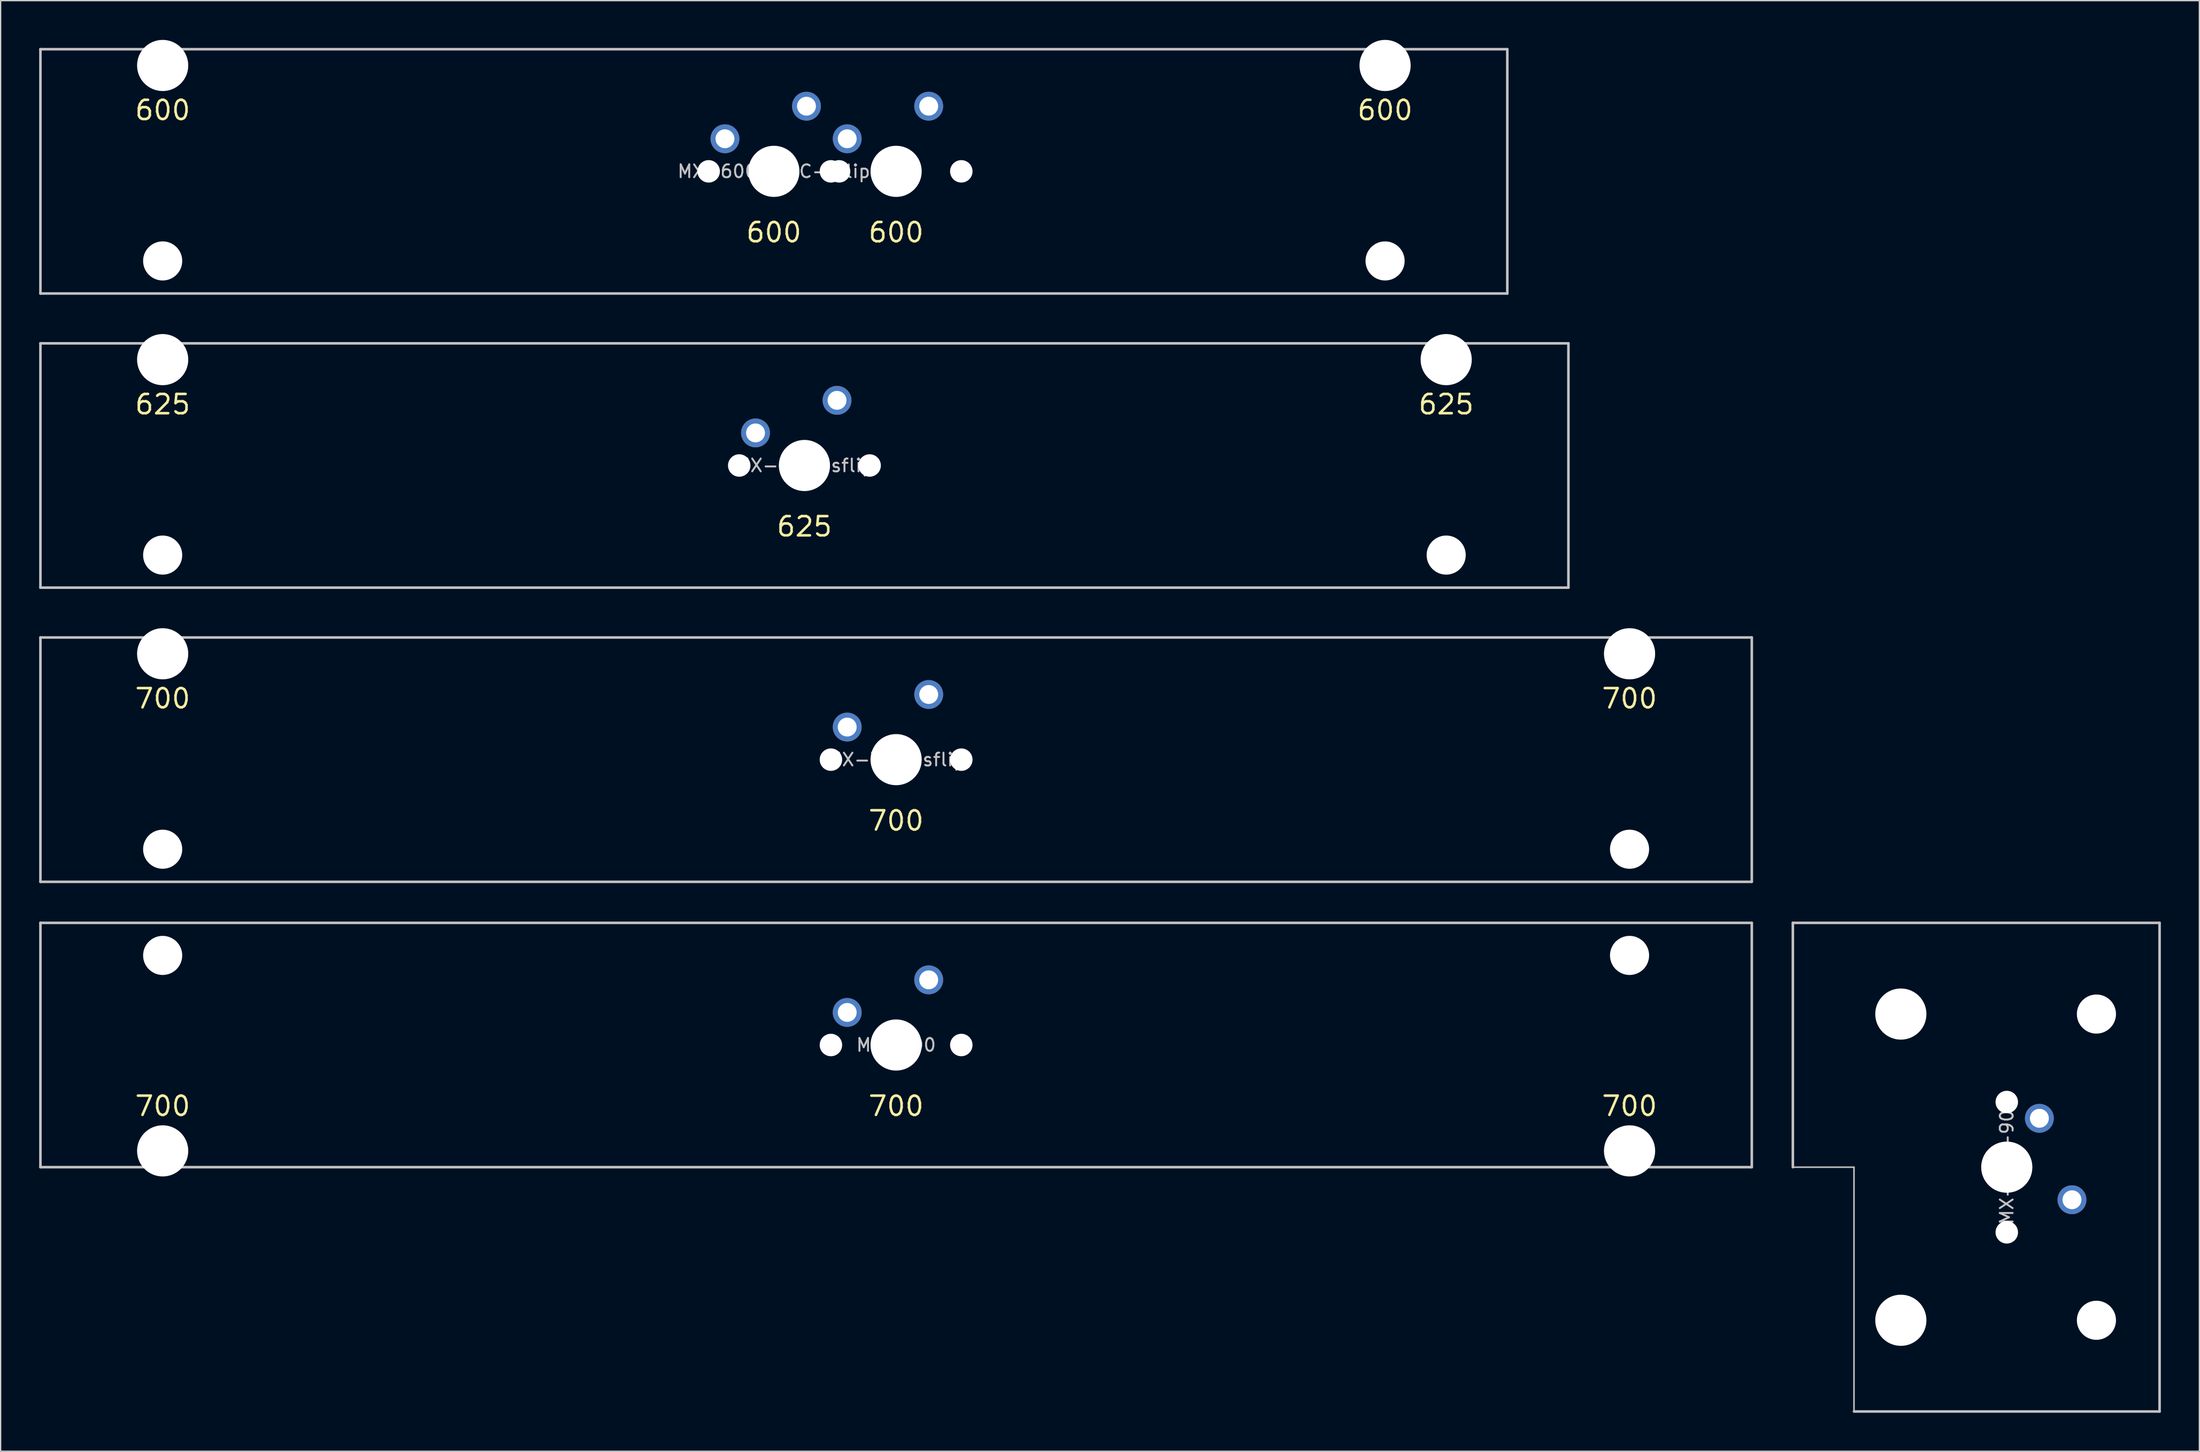
<source format=kicad_pcb>
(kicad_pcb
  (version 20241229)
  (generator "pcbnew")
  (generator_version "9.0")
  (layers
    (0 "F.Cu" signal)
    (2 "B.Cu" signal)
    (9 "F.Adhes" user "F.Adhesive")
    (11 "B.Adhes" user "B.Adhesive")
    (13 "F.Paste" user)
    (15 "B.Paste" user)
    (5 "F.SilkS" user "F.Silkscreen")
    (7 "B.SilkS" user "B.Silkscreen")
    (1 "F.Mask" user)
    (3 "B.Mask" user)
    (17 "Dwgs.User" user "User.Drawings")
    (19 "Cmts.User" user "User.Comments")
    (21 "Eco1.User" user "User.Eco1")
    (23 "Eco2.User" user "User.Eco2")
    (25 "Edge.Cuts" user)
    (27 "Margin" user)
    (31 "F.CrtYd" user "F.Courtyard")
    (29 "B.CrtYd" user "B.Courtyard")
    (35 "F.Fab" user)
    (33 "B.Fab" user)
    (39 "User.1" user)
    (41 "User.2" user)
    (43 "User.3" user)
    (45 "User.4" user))
  (footprint "MX-625-sflip"
    (layer "F.Cu")
    (at 59.631 33.245)
    (property "Reference" "MX-625-sflip" (at 0 0 0) (layer "Dwgs.User") (effects (font (size 1 1) (thickness 0.15))))
    (attr through_hole)
    (fp_line (start -59.531 -9.525) (end 59.531 -9.525) (stroke (width 0.2) (type solid)) (layer "Dwgs.User"))
    (fp_line (start -59.531 9.525) (end -59.531 -9.525) (stroke (width 0.2) (type solid)) (layer "Dwgs.User"))
    (fp_line (start -59.531 9.525) (end 59.531 9.525) (stroke (width 0.2) (type solid)) (layer "Dwgs.User"))
    (fp_line (start 59.531 -9.525) (end 59.531 9.525) (stroke (width 0.2) (type solid)) (layer "Dwgs.User"))
    (fp_line (start -53.436 -10.25) (end -53.436 8.95) (stroke (width 0.12) (type solid)) (layer "Eco1.User"))
    (fp_line (start -53.436 8.95) (end -46.576 8.95) (stroke (width 0.12) (type solid)) (layer "Eco1.User"))
    (fp_line (start -46.576 -7) (end -7 -7) (stroke (width 0.12) (type solid)) (layer "Eco1.User"))
    (fp_line (start -46.576 8.95) (end -46.576 -7) (stroke (width 0.12) (type solid)) (layer "Eco1.User"))
    (fp_line (start -7 7) (end -7 -7) (stroke (width 0.12) (type solid)) (layer "Eco1.User"))
    (fp_line (start 7 -7) (end 46.576 -7) (stroke (width 0.12) (type solid)) (layer "Eco1.User"))
    (fp_line (start 7 7) (end -7 7) (stroke (width 0.12) (type solid)) (layer "Eco1.User"))
    (fp_line (start 7 7) (end 7 -7) (stroke (width 0.12) (type solid)) (layer "Eco1.User"))
    (fp_line (start 46.576 -7) (end 46.576 8.95) (stroke (width 0.12) (type solid)) (layer "Eco1.User"))
    (fp_line (start 46.576 8.95) (end 53.436 8.95) (stroke (width 0.12) (type solid)) (layer "Eco1.User"))
    (fp_line (start 53.436 -10.25) (end -53.436 -10.25) (stroke (width 0.12) (type solid)) (layer "Eco1.User"))
    (fp_line (start 53.436 8.95) (end 53.436 -10.25) (stroke (width 0.12) (type solid)) (layer "Eco1.User"))
    (fp_circle (center -50.006 6.985) (end -52.506 6.985) (stroke (width 0.12) (type solid)) (fill no) (layer "Eco2.User"))
    (fp_circle (center 50.006 6.985) (end 47.506 6.985) (stroke (width 0.12) (type solid)) (fill no) (layer "Eco2.User"))
    (fp_text user "625" (at 0 4.763 0) (layer "F.SilkS") (effects (font (size 1.5 1.5) (thickness 0.2))))
    (fp_text user "625" (at 50.006 -4.763 0) (layer "F.SilkS") (effects (font (size 1.5 1.5) (thickness 0.2))))
    (fp_text user "625" (at -50.006 -4.763 0) (layer "F.SilkS") (effects (font (size 1.5 1.5) (thickness 0.2))))
    (pad "" np_thru_hole circle (at -50.006 -8.255 180) (size 3.988 3.988) (drill 3.988) (layers "*.Cu" "*.Mask"))
    (pad "" np_thru_hole circle (at -50.006 6.985 180) (size 3.048 3.048) (drill 3.048) (layers "*.Cu" "*.Mask"))
    (pad "" np_thru_hole circle (at -5.08 0) (size 1.75 1.75) (drill 1.75) (layers "*.Cu" "*.Mask"))
    (pad "" np_thru_hole circle (at 0 0) (size 3.988 3.988) (drill 3.988) (layers "*.Cu" "*.Mask"))
    (pad "" np_thru_hole circle (at 5.08 0) (size 1.75 1.75) (drill 1.75) (layers "*.Cu" "*.Mask"))
    (pad "" np_thru_hole circle (at 50.006 -8.255 180) (size 3.988 3.988) (drill 3.988) (layers "*.Cu" "*.Mask"))
    (pad "" np_thru_hole circle (at 50.006 6.985 180) (size 3.048 3.048) (drill 3.048) (layers "*.Cu" "*.Mask"))
    (pad "1" thru_hole circle (at 2.54 -5.08) (size 2.25 2.25) (drill 1.47) (layers "*.Cu" "B.Mask"))
    (pad "2" thru_hole circle (at -3.81 -2.54) (size 2.25 2.25) (drill 1.47) (layers "*.Cu" "B.Mask")))
  (footprint "MX-ISO-90"
    (layer "F.Cu")
    (at 153.319 87.955)
    (property "Reference" "MX-ISO-90" (at 0 0 270) (layer "Dwgs.User") (effects (font (size 1 1) (thickness 0.15))))
    (attr through_hole)
    (fp_line (start -16.669 0) (end -16.669 -19.05) (stroke (width 0.2) (type solid)) (layer "Dwgs.User"))
    (fp_line (start -11.906 0) (end -16.669 0) (stroke (width 0.12) (type solid)) (layer "Dwgs.User"))
    (fp_line (start -11.906 19.05) (end -11.906 0) (stroke (width 0.12) (type solid)) (layer "Dwgs.User"))
    (fp_line (start 11.906 -19.05) (end -16.669 -19.05) (stroke (width 0.2) (type solid)) (layer "Dwgs.User"))
    (fp_line (start 11.906 19.05) (end -11.906 19.05) (stroke (width 0.2) (type solid)) (layer "Dwgs.User"))
    (fp_line (start 11.906 19.05) (end 11.906 -19.05) (stroke (width 0.2) (type solid)) (layer "Dwgs.User"))
    (fp_line (start -10.25 -15.368) (end -10.25 15.368) (stroke (width 0.12) (type solid)) (layer "Eco1.User"))
    (fp_line (start -10.25 15.368) (end 8.95 15.368) (stroke (width 0.12) (type solid)) (layer "Eco1.User"))
    (fp_line (start -7 -8.508) (end 8.95 -8.508) (stroke (width 0.12) (type solid)) (layer "Eco1.User"))
    (fp_line (start -7 -7) (end -7 -8.508) (stroke (width 0.12) (type solid)) (layer "Eco1.User"))
    (fp_line (start -7 8.508) (end -7 7) (stroke (width 0.12) (type solid)) (layer "Eco1.User"))
    (fp_line (start 7 -7) (end -7 -7) (stroke (width 0.12) (type solid)) (layer "Eco1.User"))
    (fp_line (start 7 -7) (end 7 7) (stroke (width 0.12) (type solid)) (layer "Eco1.User"))
    (fp_line (start 7 7) (end -7 7) (stroke (width 0.12) (type solid)) (layer "Eco1.User"))
    (fp_line (start 8.95 -15.368) (end -10.25 -15.368) (stroke (width 0.12) (type solid)) (layer "Eco1.User"))
    (fp_line (start 8.95 -8.508) (end 8.95 -15.368) (stroke (width 0.12) (type solid)) (layer "Eco1.User"))
    (fp_line (start 8.95 8.508) (end -7 8.508) (stroke (width 0.12) (type solid)) (layer "Eco1.User"))
    (fp_line (start 8.95 15.368) (end 8.95 8.508) (stroke (width 0.12) (type solid)) (layer "Eco1.User"))
    (fp_circle (center 6.985 -11.938) (end 6.985 -9.438) (stroke (width 0.12) (type solid)) (fill no) (layer "Eco2.User"))
    (fp_circle (center 6.985 11.938) (end 6.985 14.438) (stroke (width 0.12) (type solid)) (fill no) (layer "Eco2.User"))
    (pad "" np_thru_hole circle (at -8.255 -11.938 270) (size 3.988 3.988) (drill 3.988) (layers "*.Cu" "*.Mask"))
    (pad "" np_thru_hole circle (at -8.255 11.938 270) (size 3.988 3.988) (drill 3.988) (layers "*.Cu" "*.Mask"))
    (pad "" np_thru_hole circle (at 0 -5.08 270) (size 1.75 1.75) (drill 1.75) (layers "*.Cu" "*.Mask"))
    (pad "" np_thru_hole circle (at 0 0 270) (size 3.988 3.988) (drill 3.988) (layers "*.Cu" "*.Mask"))
    (pad "" np_thru_hole circle (at 0 5.08 270) (size 1.75 1.75) (drill 1.75) (layers "*.Cu" "*.Mask"))
    (pad "" np_thru_hole circle (at 6.985 -11.938 270) (size 3.048 3.048) (drill 3.048) (layers "*.Cu" "*.Mask"))
    (pad "" np_thru_hole circle (at 6.985 11.938 270) (size 3.048 3.048) (drill 3.048) (layers "*.Cu" "*.Mask"))
    (pad "1" thru_hole circle (at 5.08 2.54 270) (size 2.25 2.25) (drill 1.47) (layers "*.Cu" "B.Mask"))
    (pad "2" thru_hole circle (at 2.54 -3.81 270) (size 2.25 2.25) (drill 1.47) (layers "*.Cu" "B.Mask")))
  (footprint "MX-700-sflip"
    (layer "F.Cu")
    (at 66.775 56.18)
    (property "Reference" "MX-700-sflip" (at 0 0 0) (layer "Dwgs.User") (effects (font (size 1 1) (thickness 0.15))))
    (attr through_hole)
    (fp_line (start -66.675 -9.525) (end 66.675 -9.525) (stroke (width 0.2) (type solid)) (layer "Dwgs.User"))
    (fp_line (start -66.675 9.525) (end -66.675 -9.525) (stroke (width 0.2) (type solid)) (layer "Dwgs.User"))
    (fp_line (start -66.675 9.525) (end 66.675 9.525) (stroke (width 0.2) (type solid)) (layer "Dwgs.User"))
    (fp_line (start 66.675 -9.525) (end 66.675 9.525) (stroke (width 0.2) (type solid)) (layer "Dwgs.User"))
    (fp_line (start -60.58 -10.25) (end -60.58 8.95) (stroke (width 0.12) (type solid)) (layer "Eco1.User"))
    (fp_line (start -60.58 8.95) (end -53.72 8.95) (stroke (width 0.12) (type solid)) (layer "Eco1.User"))
    (fp_line (start -53.72 -7) (end -7 -7) (stroke (width 0.12) (type solid)) (layer "Eco1.User"))
    (fp_line (start -53.72 8.95) (end -53.72 -7) (stroke (width 0.12) (type solid)) (layer "Eco1.User"))
    (fp_line (start -7 7) (end -7 -7) (stroke (width 0.12) (type solid)) (layer "Eco1.User"))
    (fp_line (start 7 -7) (end 53.72 -7) (stroke (width 0.12) (type solid)) (layer "Eco1.User"))
    (fp_line (start 7 7) (end -7 7) (stroke (width 0.12) (type solid)) (layer "Eco1.User"))
    (fp_line (start 7 7) (end 7 -7) (stroke (width 0.12) (type solid)) (layer "Eco1.User"))
    (fp_line (start 53.72 -7) (end 53.72 8.95) (stroke (width 0.12) (type solid)) (layer "Eco1.User"))
    (fp_line (start 53.72 8.95) (end 60.58 8.95) (stroke (width 0.12) (type solid)) (layer "Eco1.User"))
    (fp_line (start 60.58 -10.25) (end -60.58 -10.25) (stroke (width 0.12) (type solid)) (layer "Eco1.User"))
    (fp_line (start 60.58 8.95) (end 60.58 -10.25) (stroke (width 0.12) (type solid)) (layer "Eco1.User"))
    (fp_circle (center -57.15 6.985) (end -59.65 6.985) (stroke (width 0.12) (type solid)) (fill no) (layer "Eco2.User"))
    (fp_circle (center 57.15 6.985) (end 54.65 6.985) (stroke (width 0.12) (type solid)) (fill no) (layer "Eco2.User"))
    (fp_text user "700" (at 0 4.763 0) (layer "F.SilkS") (effects (font (size 1.5 1.5) (thickness 0.2))))
    (fp_text user "700" (at 57.15 -4.763 0) (layer "F.SilkS") (effects (font (size 1.5 1.5) (thickness 0.2))))
    (fp_text user "700" (at -57.15 -4.763 0) (layer "F.SilkS") (effects (font (size 1.5 1.5) (thickness 0.2))))
    (pad "" np_thru_hole circle (at -57.15 -8.255 180) (size 3.988 3.988) (drill 3.988) (layers "*.Cu" "*.Mask"))
    (pad "" np_thru_hole circle (at -57.15 6.985 180) (size 3.048 3.048) (drill 3.048) (layers "*.Cu" "*.Mask"))
    (pad "" np_thru_hole circle (at -5.08 0) (size 1.75 1.75) (drill 1.75) (layers "*.Cu" "*.Mask"))
    (pad "" np_thru_hole circle (at 0 0) (size 3.988 3.988) (drill 3.988) (layers "*.Cu" "*.Mask"))
    (pad "" np_thru_hole circle (at 5.08 0) (size 1.75 1.75) (drill 1.75) (layers "*.Cu" "*.Mask"))
    (pad "" np_thru_hole circle (at 57.15 -8.255 180) (size 3.988 3.988) (drill 3.988) (layers "*.Cu" "*.Mask"))
    (pad "" np_thru_hole circle (at 57.15 6.985 180) (size 3.048 3.048) (drill 3.048) (layers "*.Cu" "*.Mask"))
    (pad "1" thru_hole circle (at 2.54 -5.08) (size 2.25 2.25) (drill 1.47) (layers "*.Cu" "B.Mask"))
    (pad "2" thru_hole circle (at -3.81 -2.54) (size 2.25 2.25) (drill 1.47) (layers "*.Cu" "B.Mask")))
  (footprint "MX-700"
    (layer "F.Cu")
    (at 66.775 78.43)
    (property "Reference" "MX-700" (at 0 0 0) (layer "Dwgs.User") (effects (font (size 1 1) (thickness 0.15))))
    (attr through_hole)
    (fp_line (start -66.675 9.525) (end -66.675 -9.525) (stroke (width 0.2) (type solid)) (layer "Dwgs.User"))
    (fp_line (start 66.675 -9.525) (end -66.675 -9.525) (stroke (width 0.2) (type solid)) (layer "Dwgs.User"))
    (fp_line (start 66.675 -9.525) (end 66.675 9.525) (stroke (width 0.2) (type solid)) (layer "Dwgs.User"))
    (fp_line (start 66.675 9.525) (end -66.675 9.525) (stroke (width 0.2) (type solid)) (layer "Dwgs.User"))
    (fp_line (start -60.58 -8.95) (end -60.58 10.25) (stroke (width 0.12) (type solid)) (layer "Eco1.User"))
    (fp_line (start -60.58 10.25) (end 60.58 10.25) (stroke (width 0.12) (type solid)) (layer "Eco1.User"))
    (fp_line (start -53.72 -8.95) (end -60.58 -8.95) (stroke (width 0.12) (type solid)) (layer "Eco1.User"))
    (fp_line (start -53.72 7) (end -53.72 -8.95) (stroke (width 0.12) (type solid)) (layer "Eco1.User"))
    (fp_line (start -7 -7) (end -7 7) (stroke (width 0.12) (type solid)) (layer "Eco1.User"))
    (fp_line (start -7 -7) (end 7 -7) (stroke (width 0.12) (type solid)) (layer "Eco1.User"))
    (fp_line (start -7 7) (end -53.72 7) (stroke (width 0.12) (type solid)) (layer "Eco1.User"))
    (fp_line (start 7 -7) (end 7 7) (stroke (width 0.12) (type solid)) (layer "Eco1.User"))
    (fp_line (start 53.72 -8.95) (end 53.72 7) (stroke (width 0.12) (type solid)) (layer "Eco1.User"))
    (fp_line (start 53.72 7) (end 7 7) (stroke (width 0.12) (type solid)) (layer "Eco1.User"))
    (fp_line (start 60.58 -8.95) (end 53.72 -8.95) (stroke (width 0.12) (type solid)) (layer "Eco1.User"))
    (fp_line (start 60.58 10.25) (end 60.58 -8.95) (stroke (width 0.12) (type solid)) (layer "Eco1.User"))
    (fp_circle (center -57.15 -6.985) (end -54.65 -6.985) (stroke (width 0.12) (type solid)) (fill no) (layer "Eco2.User"))
    (fp_circle (center 57.15 -6.985) (end 59.65 -6.985) (stroke (width 0.12) (type solid)) (fill no) (layer "Eco2.User"))
    (fp_text user "700" (at 57.15 4.763 0) (layer "F.SilkS") (effects (font (size 1.5 1.5) (thickness 0.2))))
    (fp_text user "700" (at 0 4.763 0) (layer "F.SilkS") (effects (font (size 1.5 1.5) (thickness 0.2))))
    (fp_text user "700" (at -57.15 4.763 0) (layer "F.SilkS") (effects (font (size 1.5 1.5) (thickness 0.2))))
    (pad "" np_thru_hole circle (at -57.15 -6.985) (size 3.048 3.048) (drill 3.048) (layers "*.Cu" "*.Mask"))
    (pad "" np_thru_hole circle (at -57.15 8.255) (size 3.988 3.988) (drill 3.988) (layers "*.Cu" "*.Mask"))
    (pad "" np_thru_hole circle (at -5.08 0) (size 1.75 1.75) (drill 1.75) (layers "*.Cu" "*.Mask"))
    (pad "" np_thru_hole circle (at 0 0) (size 3.988 3.988) (drill 3.988) (layers "*.Cu" "*.Mask"))
    (pad "" np_thru_hole circle (at 5.08 0) (size 1.75 1.75) (drill 1.75) (layers "*.Cu" "*.Mask"))
    (pad "" np_thru_hole circle (at 57.15 -6.985) (size 3.048 3.048) (drill 3.048) (layers "*.Cu" "*.Mask"))
    (pad "" np_thru_hole circle (at 57.15 8.255) (size 3.988 3.988) (drill 3.988) (layers "*.Cu" "*.Mask"))
    (pad "1" thru_hole circle (at 2.54 -5.08) (size 2.25 2.25) (drill 1.47) (layers "*.Cu" "B.Mask"))
    (pad "2" thru_hole circle (at -3.81 -2.54) (size 2.25 2.25) (drill 1.47) (layers "*.Cu" "B.Mask")))
  (footprint "MX-600-COC-sflip"
    (layer "F.Cu")
    (at 57.25 10.31)
    (property "Reference" "MX-600-COC-sflip" (at 0 0 0) (layer "Dwgs.User") (effects (font (size 1 1) (thickness 0.15))))
    (attr through_hole)
    (fp_line (start -57.15 -9.525) (end 57.15 -9.525) (stroke (width 0.2) (type solid)) (layer "Dwgs.User"))
    (fp_line (start -57.15 9.525) (end -57.15 -9.525) (stroke (width 0.2) (type solid)) (layer "Dwgs.User"))
    (fp_line (start -57.15 9.525) (end 57.15 9.525) (stroke (width 0.2) (type solid)) (layer "Dwgs.User"))
    (fp_line (start 57.15 -9.525) (end 57.15 9.525) (stroke (width 0.2) (type solid)) (layer "Dwgs.User"))
    (fp_line (start -51.055 -10.25) (end -51.055 8.95) (stroke (width 0.12) (type solid)) (layer "Eco1.User"))
    (fp_line (start -51.055 8.95) (end -44.195 8.95) (stroke (width 0.12) (type solid)) (layer "Eco1.User"))
    (fp_line (start -44.195 -7) (end -16.525 -7) (stroke (width 0.12) (type solid)) (layer "Eco1.User"))
    (fp_line (start -44.195 8.95) (end -44.195 -7) (stroke (width 0.12) (type solid)) (layer "Eco1.User"))
    (fp_line (start -16.525 7) (end -16.525 -7) (stroke (width 0.12) (type solid)) (layer "Eco1.User"))
    (fp_line (start 16.525 -7) (end 44.195 -7) (stroke (width 0.12) (type solid)) (layer "Eco1.User"))
    (fp_line (start 16.525 7) (end -16.525 7) (stroke (width 0.12) (type solid)) (layer "Eco1.User"))
    (fp_line (start 16.525 7) (end 16.525 -7) (stroke (width 0.12) (type solid)) (layer "Eco1.User"))
    (fp_line (start 44.195 -7) (end 44.195 8.95) (stroke (width 0.12) (type solid)) (layer "Eco1.User"))
    (fp_line (start 44.195 8.95) (end 51.055 8.95) (stroke (width 0.12) (type solid)) (layer "Eco1.User"))
    (fp_line (start 51.055 -10.25) (end -51.055 -10.25) (stroke (width 0.12) (type solid)) (layer "Eco1.User"))
    (fp_line (start 51.055 8.95) (end 51.055 -10.25) (stroke (width 0.12) (type solid)) (layer "Eco1.User"))
    (fp_circle (center -47.625 6.985) (end -50.125 6.985) (stroke (width 0.12) (type solid)) (fill no) (layer "Eco2.User"))
    (fp_circle (center 47.625 6.985) (end 45.125 6.985) (stroke (width 0.12) (type solid)) (fill no) (layer "Eco2.User"))
    (fp_text user "600" (at 47.625 -4.763 0) (layer "F.SilkS") (effects (font (size 1.5 1.5) (thickness 0.2))))
    (fp_text user "600" (at -47.625 -4.763 0) (layer "F.SilkS") (effects (font (size 1.5 1.5) (thickness 0.2))))
    (fp_text user "600" (at 0 4.763 0) (layer "F.SilkS") (effects (font (size 1.5 1.5) (thickness 0.2))))
    (fp_text user "600" (at 9.525 4.763 0) (layer "F.SilkS") (effects (font (size 1.5 1.5) (thickness 0.2))))
    (pad "" np_thru_hole circle (at -47.625 -8.255 180) (size 3.988 3.988) (drill 3.988) (layers "*.Cu" "*.Mask"))
    (pad "" np_thru_hole circle (at -47.625 6.985 180) (size 3.048 3.048) (drill 3.048) (layers "*.Cu" "*.Mask"))
    (pad "" np_thru_hole circle (at -5.08 0) (size 1.75 1.75) (drill 1.75) (layers "*.Cu" "*.Mask"))
    (pad "" np_thru_hole circle (at 0 0) (size 3.988 3.988) (drill 3.988) (layers "*.Cu" "*.Mask"))
    (pad "" np_thru_hole circle (at 4.445 0) (size 1.75 1.75) (drill 1.75) (layers "*.Cu" "*.Mask"))
    (pad "" np_thru_hole circle (at 5.08 0) (size 1.75 1.75) (drill 1.75) (layers "*.Cu" "*.Mask"))
    (pad "" np_thru_hole circle (at 9.525 0) (size 3.988 3.988) (drill 3.988) (layers "*.Cu" "*.Mask"))
    (pad "" np_thru_hole circle (at 14.605 0) (size 1.75 1.75) (drill 1.75) (layers "*.Cu" "*.Mask"))
    (pad "" np_thru_hole circle (at 47.625 -8.255 180) (size 3.988 3.988) (drill 3.988) (layers "*.Cu" "*.Mask"))
    (pad "" np_thru_hole circle (at 47.625 6.985 180) (size 3.048 3.048) (drill 3.048) (layers "*.Cu" "*.Mask"))
    (pad "1" thru_hole circle (at 2.54 -5.08) (size 2.25 2.25) (drill 1.47) (layers "*.Cu" "B.Mask"))
    (pad "1" thru_hole circle (at 5.715 -2.54) (size 2.25 2.25) (drill 1.47) (layers "*.Cu" "B.Mask"))
    (pad "2" thru_hole circle (at -3.81 -2.54) (size 2.25 2.25) (drill 1.47) (layers "*.Cu" "B.Mask"))
    (pad "2" thru_hole circle (at 12.065 -5.08) (size 2.25 2.25) (drill 1.47) (layers "*.Cu" "B.Mask")))
  (gr_rect
    (start -3 -3)
    (end 168.325 110.105)
    (stroke (width 0.1) (type default))
    (fill no)
    (layer "Edge.Cuts")))
</source>
